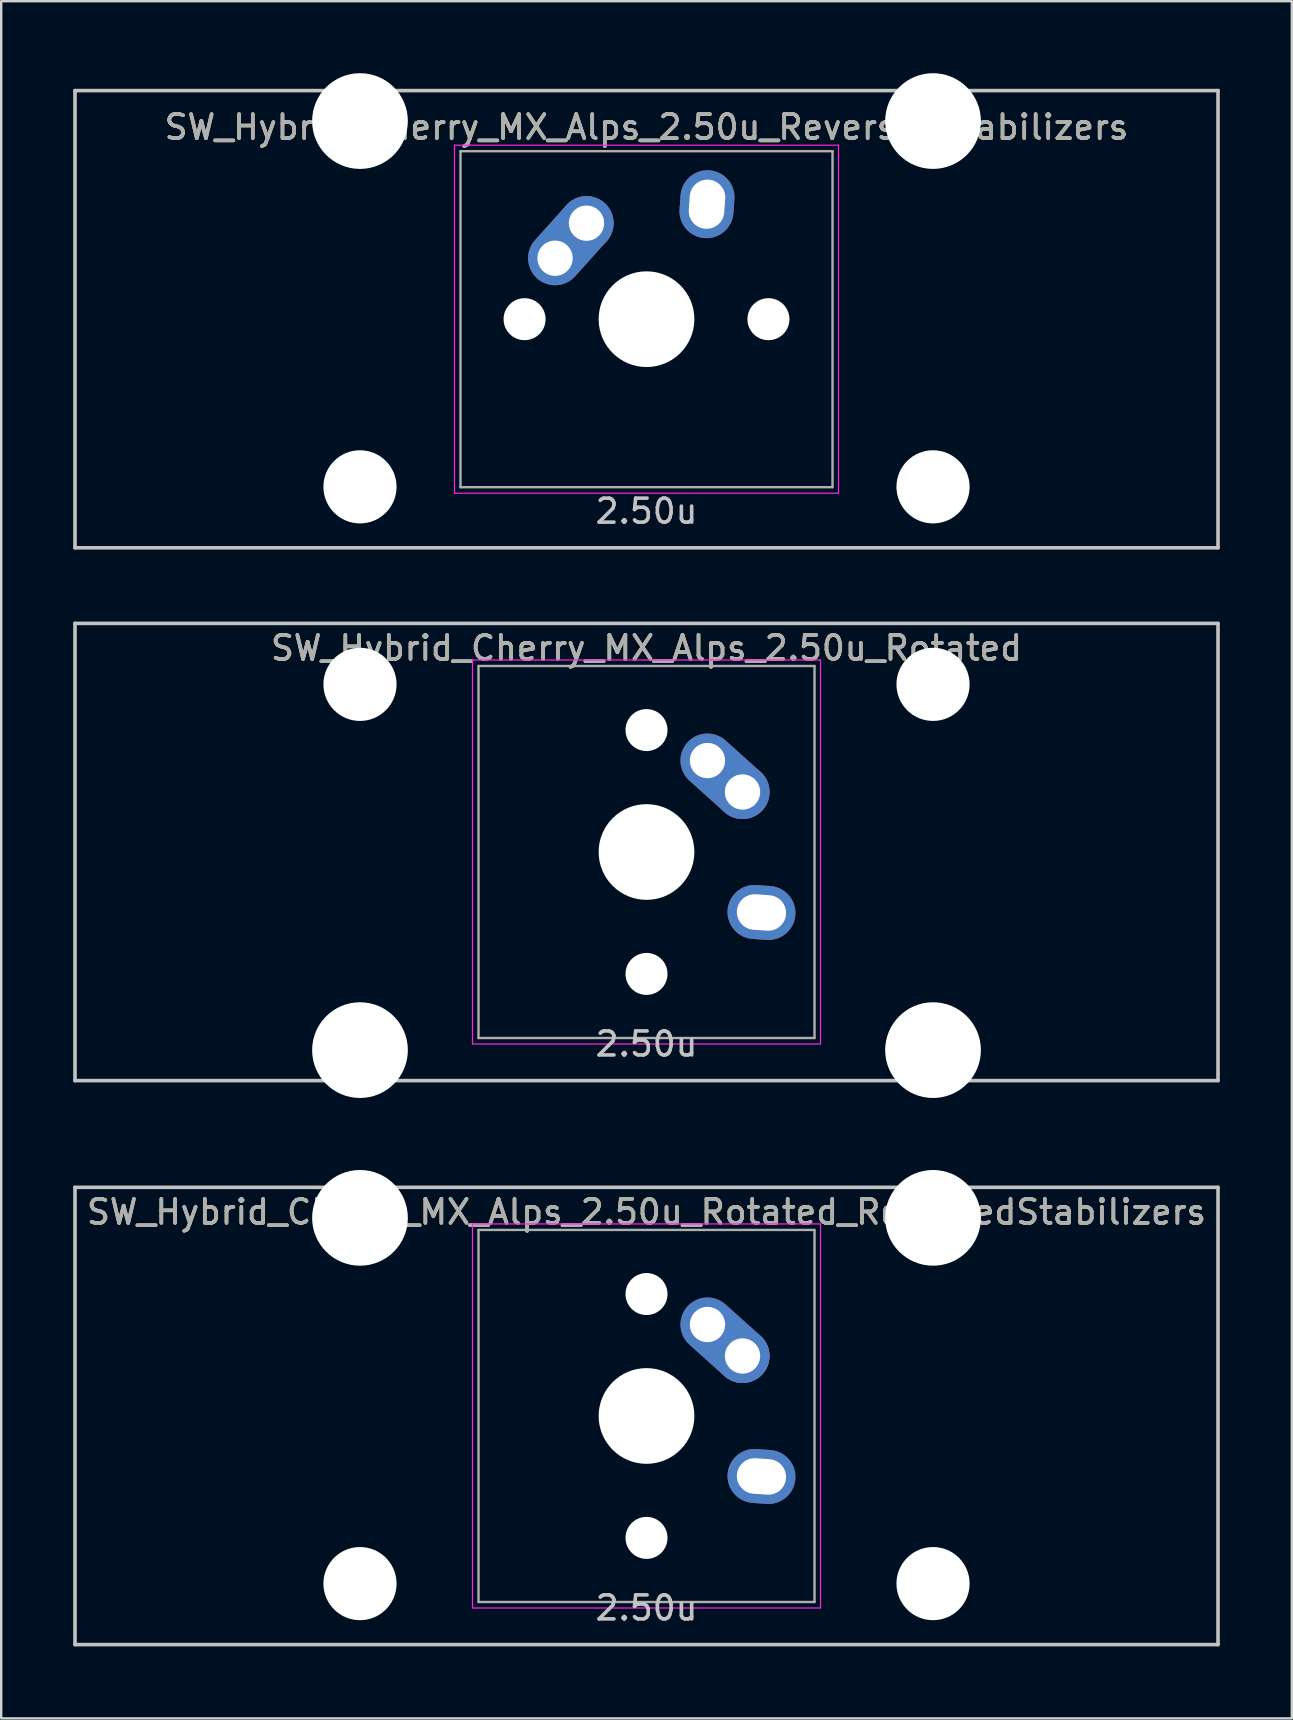
<source format=kicad_pcb>
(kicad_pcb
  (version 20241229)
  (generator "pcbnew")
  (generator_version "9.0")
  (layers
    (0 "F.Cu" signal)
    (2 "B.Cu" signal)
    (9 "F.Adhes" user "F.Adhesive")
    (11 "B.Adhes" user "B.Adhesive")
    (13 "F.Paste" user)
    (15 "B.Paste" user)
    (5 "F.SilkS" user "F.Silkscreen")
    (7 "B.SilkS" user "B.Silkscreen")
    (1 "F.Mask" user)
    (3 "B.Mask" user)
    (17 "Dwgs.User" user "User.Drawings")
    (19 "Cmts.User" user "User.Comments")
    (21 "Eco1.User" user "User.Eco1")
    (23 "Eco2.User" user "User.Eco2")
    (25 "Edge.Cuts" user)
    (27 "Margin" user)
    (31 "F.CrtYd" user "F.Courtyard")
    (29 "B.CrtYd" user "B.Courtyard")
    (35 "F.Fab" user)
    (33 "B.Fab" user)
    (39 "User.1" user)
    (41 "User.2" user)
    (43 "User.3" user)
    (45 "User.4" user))
  (footprint "SW_Hybrid_Cherry_MX_Alps_2.50u_ReversedStabilizers"
    (layer "F.Cu")
    (at 23.887 10.249)
    (property "Reference" "SW_Hybrid_Cherry_MX_Alps_2.50u_ReversedStabilizers" (at 0 -8 0) (layer "F.SilkS") (effects (font (size 1 1) (thickness 0.15))))
    (attr through_hole)
    (fp_line (start -23.812 -9.525) (end 23.812 -9.525) (stroke (width 0.15) (type solid)) (layer "Dwgs.User"))
    (fp_line (start -23.812 9.525) (end -23.812 -9.525) (stroke (width 0.15) (type solid)) (layer "Dwgs.User"))
    (fp_line (start -23.812 9.525) (end 23.812 9.525) (stroke (width 0.15) (type solid)) (layer "Dwgs.User"))
    (fp_line (start 23.812 -9.525) (end 23.812 9.525) (stroke (width 0.15) (type solid)) (layer "Dwgs.User"))
    (fp_line (start -8 -7.25) (end 8 -7.25) (stroke (width 0.05) (type solid)) (layer "F.CrtYd"))
    (fp_line (start -8 7.25) (end -8 -7.25) (stroke (width 0.05) (type solid)) (layer "F.CrtYd"))
    (fp_line (start 8 -7.25) (end 8 7.25) (stroke (width 0.05) (type solid)) (layer "F.CrtYd"))
    (fp_line (start 8 7.25) (end -8 7.25) (stroke (width 0.05) (type solid)) (layer "F.CrtYd"))
    (fp_line (start -7.75 -7) (end 7.75 -7) (stroke (width 0.1) (type solid)) (layer "F.Fab"))
    (fp_line (start -7.75 7) (end -7.75 -7) (stroke (width 0.1) (type solid)) (layer "F.Fab"))
    (fp_line (start 7.75 -7) (end 7.75 7) (stroke (width 0.1) (type solid)) (layer "F.Fab"))
    (fp_line (start 7.75 7) (end -7.75 7) (stroke (width 0.1) (type solid)) (layer "F.Fab"))
    (fp_text user "2.50u" (at 0 8 0) (layer "Dwgs.User") (effects (font (size 1 1) (thickness 0.15))))
    (fp_text user "${REFERENCE}" (at 0 -8 0) (layer "F.Fab") (effects (font (size 1 1) (thickness 0.15))))
    (pad "" np_thru_hole circle (at -11.938 -8.255) (size 3.988 3.988) (drill 3.988) (layers "*.Cu" "*.Mask"))
    (pad "" np_thru_hole circle (at -11.938 6.985) (size 3.048 3.048) (drill 3.048) (layers "*.Cu" "*.Mask"))
    (pad "" np_thru_hole circle (at -5.08 0 48.1) (size 1.75 1.75) (drill 1.75) (layers "*.Cu" "*.Mask"))
    (pad "" np_thru_hole circle (at 0 0) (size 3.988 3.988) (drill 3.988) (layers "*.Cu" "*.Mask"))
    (pad "" np_thru_hole circle (at 5.08 0 48.1) (size 1.75 1.75) (drill 1.75) (layers "*.Cu" "*.Mask"))
    (pad "" np_thru_hole circle (at 11.938 -8.255) (size 3.988 3.988) (drill 3.988) (layers "*.Cu" "*.Mask"))
    (pad "" np_thru_hole circle (at 11.938 6.985) (size 3.048 3.048) (drill 3.048) (layers "*.Cu" "*.Mask"))
    (pad "1" thru_hole oval (at -3.81 -2.54 48.1) (size 4.212 2.25) (drill 1.47 (offset 0.981 0)) (layers "*.Cu" "B.Mask"))
    (pad "1" thru_hole circle (at -2.5 -4) (size 2.25 2.25) (drill 1.47) (layers "*.Cu" "B.Mask"))
    (pad "2" thru_hole oval (at 2.52 -4.79 86) (size 2.831 2.25) (drill oval 2.051 1.48) (layers "*.Cu" "B.Mask")))
  (footprint "SW_Hybrid_Cherry_MX_Alps_2.50u_Rotated"
    (layer "F.Cu")
    (at 23.887 32.449)
    (property "Reference" "SW_Hybrid_Cherry_MX_Alps_2.50u_Rotated" (at 0 -8.5 0) (layer "F.SilkS") (effects (font (size 1 1) (thickness 0.15))))
    (attr through_hole)
    (fp_line (start -23.812 -9.525) (end 23.812 -9.525) (stroke (width 0.15) (type solid)) (layer "Dwgs.User"))
    (fp_line (start -23.812 9.525) (end -23.812 -9.525) (stroke (width 0.15) (type solid)) (layer "Dwgs.User"))
    (fp_line (start -23.812 9.525) (end 23.812 9.525) (stroke (width 0.15) (type solid)) (layer "Dwgs.User"))
    (fp_line (start 23.812 -9.525) (end 23.812 9.525) (stroke (width 0.15) (type solid)) (layer "Dwgs.User"))
    (fp_line (start -7.25 -8) (end 7.25 -8) (stroke (width 0.05) (type solid)) (layer "F.CrtYd"))
    (fp_line (start -7.25 8) (end -7.25 -8) (stroke (width 0.05) (type solid)) (layer "F.CrtYd"))
    (fp_line (start 7.25 -8) (end 7.25 8) (stroke (width 0.05) (type solid)) (layer "F.CrtYd"))
    (fp_line (start 7.25 8) (end -7.25 8) (stroke (width 0.05) (type solid)) (layer "F.CrtYd"))
    (fp_line (start -7 -7.75) (end 7 -7.75) (stroke (width 0.1) (type solid)) (layer "F.Fab"))
    (fp_line (start -7 7.75) (end -7 -7.75) (stroke (width 0.1) (type solid)) (layer "F.Fab"))
    (fp_line (start 7 -7.75) (end 7 7.75) (stroke (width 0.1) (type solid)) (layer "F.Fab"))
    (fp_line (start 7 7.75) (end -7 7.75) (stroke (width 0.1) (type solid)) (layer "F.Fab"))
    (fp_text user "2.50u" (at 0 8 0) (layer "Dwgs.User") (effects (font (size 1 1) (thickness 0.15))))
    (fp_text user "${REFERENCE}" (at 0 -8.5 0) (layer "F.Fab") (effects (font (size 1 1) (thickness 0.15))))
    (pad "" np_thru_hole circle (at -11.938 -6.985) (size 3.048 3.048) (drill 3.048) (layers "*.Cu" "*.Mask"))
    (pad "" np_thru_hole circle (at -11.938 8.255) (size 3.988 3.988) (drill 3.988) (layers "*.Cu" "*.Mask"))
    (pad "" np_thru_hole circle (at 0 -5.08 318.1) (size 1.75 1.75) (drill 1.75) (layers "*.Cu" "*.Mask"))
    (pad "" np_thru_hole circle (at 0 0 270) (size 3.988 3.988) (drill 3.988) (layers "*.Cu" "*.Mask"))
    (pad "" np_thru_hole circle (at 0 5.08 318.1) (size 1.75 1.75) (drill 1.75) (layers "*.Cu" "*.Mask"))
    (pad "" np_thru_hole circle (at 11.938 -6.985) (size 3.048 3.048) (drill 3.048) (layers "*.Cu" "*.Mask"))
    (pad "" np_thru_hole circle (at 11.938 8.255) (size 3.988 3.988) (drill 3.988) (layers "*.Cu" "*.Mask"))
    (pad "1" thru_hole oval (at 2.54 -3.81 318.1) (size 4.212 2.25) (drill 1.47 (offset 0.981 0)) (layers "*.Cu" "B.Mask"))
    (pad "1" thru_hole circle (at 4 -2.5 270) (size 2.25 2.25) (drill 1.47) (layers "*.Cu" "B.Mask"))
    (pad "2" thru_hole oval (at 4.79 2.52 356) (size 2.831 2.25) (drill oval 2.051 1.48) (layers "*.Cu" "B.Mask")))
  (footprint "SW_Hybrid_Cherry_MX_Alps_2.50u_Rotated_ReversedStabilizers"
    (layer "F.Cu")
    (at 23.887 55.947)
    (property "Reference" "SW_Hybrid_Cherry_MX_Alps_2.50u_Rotated_ReversedStabilizers" (at 0 -8.5 0) (layer "F.SilkS") (effects (font (size 1 1) (thickness 0.15))))
    (attr through_hole)
    (fp_line (start -23.812 -9.525) (end 23.812 -9.525) (stroke (width 0.15) (type solid)) (layer "Dwgs.User"))
    (fp_line (start -23.812 9.525) (end -23.812 -9.525) (stroke (width 0.15) (type solid)) (layer "Dwgs.User"))
    (fp_line (start -23.812 9.525) (end 23.812 9.525) (stroke (width 0.15) (type solid)) (layer "Dwgs.User"))
    (fp_line (start 23.812 -9.525) (end 23.812 9.525) (stroke (width 0.15) (type solid)) (layer "Dwgs.User"))
    (fp_line (start -7.25 -8) (end 7.25 -8) (stroke (width 0.05) (type solid)) (layer "F.CrtYd"))
    (fp_line (start -7.25 8) (end -7.25 -8) (stroke (width 0.05) (type solid)) (layer "F.CrtYd"))
    (fp_line (start 7.25 -8) (end 7.25 8) (stroke (width 0.05) (type solid)) (layer "F.CrtYd"))
    (fp_line (start 7.25 8) (end -7.25 8) (stroke (width 0.05) (type solid)) (layer "F.CrtYd"))
    (fp_line (start -7 -7.75) (end 7 -7.75) (stroke (width 0.1) (type solid)) (layer "F.Fab"))
    (fp_line (start -7 7.75) (end -7 -7.75) (stroke (width 0.1) (type solid)) (layer "F.Fab"))
    (fp_line (start 7 -7.75) (end 7 7.75) (stroke (width 0.1) (type solid)) (layer "F.Fab"))
    (fp_line (start 7 7.75) (end -7 7.75) (stroke (width 0.1) (type solid)) (layer "F.Fab"))
    (fp_text user "2.50u" (at 0 8 0) (layer "Dwgs.User") (effects (font (size 1 1) (thickness 0.15))))
    (fp_text user "${REFERENCE}" (at 0 -8.5 0) (layer "F.Fab") (effects (font (size 1 1) (thickness 0.15))))
    (pad "" np_thru_hole circle (at -11.938 -8.255) (size 3.988 3.988) (drill 3.988) (layers "*.Cu" "*.Mask"))
    (pad "" np_thru_hole circle (at -11.938 6.985) (size 3.048 3.048) (drill 3.048) (layers "*.Cu" "*.Mask"))
    (pad "" np_thru_hole circle (at 0 -5.08 318.1) (size 1.75 1.75) (drill 1.75) (layers "*.Cu" "*.Mask"))
    (pad "" np_thru_hole circle (at 0 0 270) (size 3.988 3.988) (drill 3.988) (layers "*.Cu" "*.Mask"))
    (pad "" np_thru_hole circle (at 0 5.08 318.1) (size 1.75 1.75) (drill 1.75) (layers "*.Cu" "*.Mask"))
    (pad "" np_thru_hole circle (at 11.938 -8.255) (size 3.988 3.988) (drill 3.988) (layers "*.Cu" "*.Mask"))
    (pad "" np_thru_hole circle (at 11.938 6.985) (size 3.048 3.048) (drill 3.048) (layers "*.Cu" "*.Mask"))
    (pad "1" thru_hole oval (at 2.54 -3.81 318.1) (size 4.212 2.25) (drill 1.47 (offset 0.981 0)) (layers "*.Cu" "B.Mask"))
    (pad "1" thru_hole circle (at 4 -2.5 270) (size 2.25 2.25) (drill 1.47) (layers "*.Cu" "B.Mask"))
    (pad "2" thru_hole oval (at 4.79 2.52 356) (size 2.831 2.25) (drill oval 2.051 1.48) (layers "*.Cu" "B.Mask")))
  (gr_rect
    (start -3 -3)
    (end 50.775 68.547)
    (stroke (width 0.1) (type default))
    (fill no)
    (layer "Edge.Cuts")))
</source>
